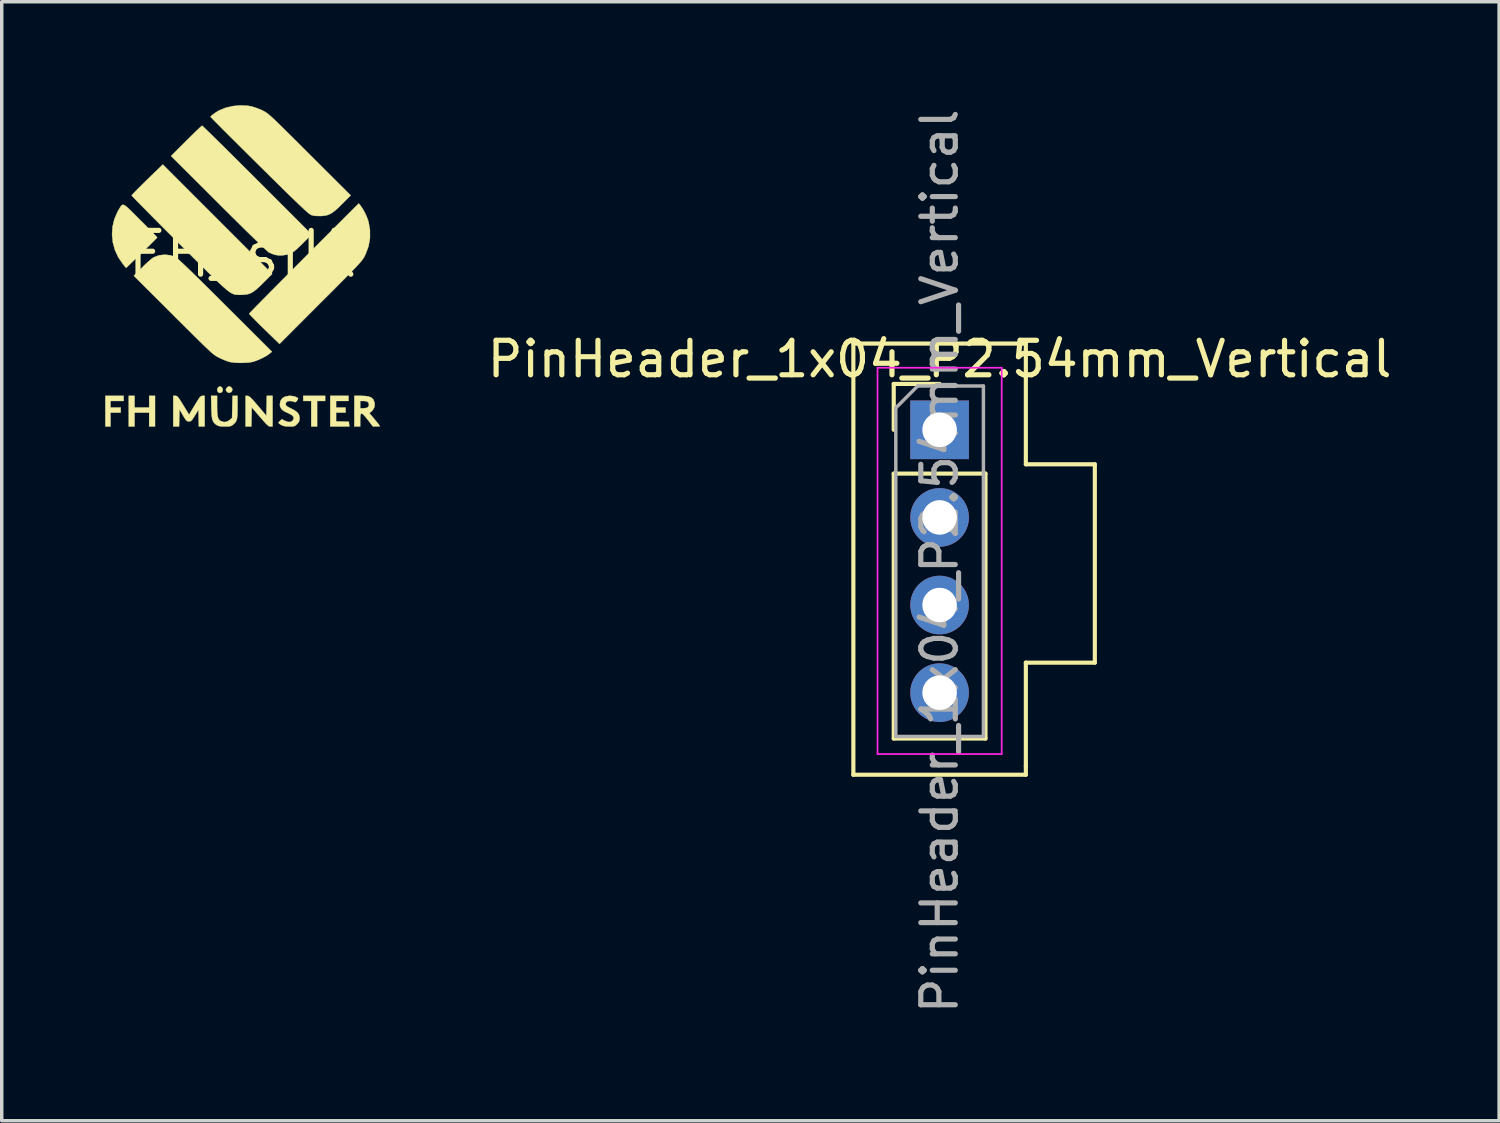
<source format=kicad_pcb>
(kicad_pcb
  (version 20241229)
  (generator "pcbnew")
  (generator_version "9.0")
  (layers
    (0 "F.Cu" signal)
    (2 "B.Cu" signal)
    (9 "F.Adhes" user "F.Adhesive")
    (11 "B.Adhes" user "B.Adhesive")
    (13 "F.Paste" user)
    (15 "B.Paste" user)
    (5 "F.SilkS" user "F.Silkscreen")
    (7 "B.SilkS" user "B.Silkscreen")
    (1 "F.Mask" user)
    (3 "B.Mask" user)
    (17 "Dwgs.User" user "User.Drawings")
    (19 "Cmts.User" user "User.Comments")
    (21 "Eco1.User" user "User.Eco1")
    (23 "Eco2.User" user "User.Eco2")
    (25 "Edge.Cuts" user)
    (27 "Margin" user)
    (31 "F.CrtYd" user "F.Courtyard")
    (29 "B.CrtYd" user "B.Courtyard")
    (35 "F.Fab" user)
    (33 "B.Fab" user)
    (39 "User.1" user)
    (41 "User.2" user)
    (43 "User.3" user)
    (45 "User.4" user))
  (footprint "PinHeader_1x04_P2.54mm_Vertical"
    (layer "F.Cu")
    (at 24.189 9.41)
    (property "Reference" "PinHeader_1x04_P2.54mm_Vertical" (at 0 -2.05 180) (layer "F.SilkS") (effects (font (size 1 1) (thickness 0.15))))
    (attr through_hole)
    (fp_line (start -2.5 -2.5) (end -2.5 10) (stroke (width 0.12) (type solid)) (layer "F.SilkS"))
    (fp_line (start -2.5 10) (end 2.5 10) (stroke (width 0.12) (type solid)) (layer "F.SilkS"))
    (fp_line (start -1.33 -1.33) (end 0 -1.33) (stroke (width 0.12) (type solid)) (layer "F.SilkS"))
    (fp_line (start -1.33 0) (end -1.33 -1.33) (stroke (width 0.12) (type solid)) (layer "F.SilkS"))
    (fp_line (start -1.33 1.27) (end -1.33 8.95) (stroke (width 0.12) (type solid)) (layer "F.SilkS"))
    (fp_line (start -1.33 1.27) (end 1.33 1.27) (stroke (width 0.12) (type solid)) (layer "F.SilkS"))
    (fp_line (start -1.33 8.95) (end 1.33 8.95) (stroke (width 0.12) (type solid)) (layer "F.SilkS"))
    (fp_line (start 1.33 1.27) (end 1.33 8.95) (stroke (width 0.12) (type solid)) (layer "F.SilkS"))
    (fp_line (start 2.5 -2.5) (end -2.5 -2.5) (stroke (width 0.12) (type solid)) (layer "F.SilkS"))
    (fp_line (start 2.5 1) (end 2.5 -2.5) (stroke (width 0.12) (type solid)) (layer "F.SilkS"))
    (fp_line (start 2.5 1) (end 4.5 1) (stroke (width 0.12) (type solid)) (layer "F.SilkS"))
    (fp_line (start 2.5 9.75) (end 2.5 6.75) (stroke (width 0.12) (type solid)) (layer "F.SilkS"))
    (fp_line (start 2.5 10) (end 2.5 9.75) (stroke (width 0.12) (type solid)) (layer "F.SilkS"))
    (fp_line (start 4.5 1) (end 4.5 6.75) (stroke (width 0.12) (type solid)) (layer "F.SilkS"))
    (fp_line (start 4.5 6.75) (end 2.5 6.75) (stroke (width 0.12) (type solid)) (layer "F.SilkS"))
    (fp_line (start -1.8 -1.8) (end -1.8 9.4) (stroke (width 0.05) (type solid)) (layer "F.CrtYd"))
    (fp_line (start -1.8 9.4) (end 1.8 9.4) (stroke (width 0.05) (type solid)) (layer "F.CrtYd"))
    (fp_line (start 1.8 -1.8) (end -1.8 -1.8) (stroke (width 0.05) (type solid)) (layer "F.CrtYd"))
    (fp_line (start 1.8 9.4) (end 1.8 -1.8) (stroke (width 0.05) (type solid)) (layer "F.CrtYd"))
    (fp_line (start -1.27 -0.635) (end -0.635 -1.27) (stroke (width 0.1) (type solid)) (layer "F.Fab"))
    (fp_line (start -1.27 8.89) (end -1.27 -0.635) (stroke (width 0.1) (type solid)) (layer "F.Fab"))
    (fp_line (start -0.635 -1.27) (end 1.27 -1.27) (stroke (width 0.1) (type solid)) (layer "F.Fab"))
    (fp_line (start 1.27 -1.27) (end 1.27 8.89) (stroke (width 0.1) (type solid)) (layer "F.Fab"))
    (fp_line (start 1.27 8.89) (end -1.27 8.89) (stroke (width 0.1) (type solid)) (layer "F.Fab"))
    (fp_text user "${REFERENCE}" (at 0 3.81 90) (layer "F.Fab") (effects (font (size 1 1) (thickness 0.15))))
    (pad "1" thru_hole rect (at 0 0) (size 1.7 1.7) (drill 1) (layers "*.Cu" "*.Mask"))
    (pad "2" thru_hole oval (at 0 2.54) (size 1.7 1.7) (drill 1) (layers "*.Cu" "*.Mask"))
    (pad "3" thru_hole oval (at 0 5.08) (size 1.7 1.7) (drill 1) (layers "*.Cu" "*.Mask"))
    (pad "4" thru_hole oval (at 0 7.62) (size 1.7 1.7) (drill 1) (layers "*.Cu" "*.Mask")))
  (footprint "FH_silk"
    (layer "F.Cu")
    (at 4.005 4.319)
    (property "Reference" "FH_silk" (at 0 0 0) (layer "F.SilkS") (effects (font (size 1.27 1.27) (thickness 0.15))))
    (attr through_hole)
    (fp_poly (pts (xy 2.371 4.255) (xy 2.138 4.255) (xy 2.138 4.995) (xy 1.968 4.995) (xy 1.968 4.255) (xy 1.736 4.255) (xy 1.736 4.106) (xy 2.371 4.106) (xy 2.371 4.255)) (stroke (width 0.01) (type solid)) (fill yes) (layer "F.SilkS"))
    (fp_poly (pts (xy -3.471 4.255) (xy -3.852 4.255) (xy -3.852 4.445) (xy -3.556 4.445) (xy -3.556 4.593) (xy -3.852 4.593) (xy -3.852 4.995) (xy -4 4.995) (xy -4 4.106) (xy -3.471 4.106) (xy -3.471 4.255)) (stroke (width 0.01) (type solid)) (fill yes) (layer "F.SilkS"))
    (fp_poly (pts (xy -3.154 4.445) (xy -2.731 4.445) (xy -2.731 4.106) (xy -2.561 4.106) (xy -2.561 4.995) (xy -2.731 4.995) (xy -2.731 4.593) (xy -3.154 4.593) (xy -3.154 4.995) (xy -3.323 4.995) (xy -3.323 4.106) (xy -3.154 4.106) (xy -3.154 4.445)) (stroke (width 0.01) (type solid)) (fill yes) (layer "F.SilkS"))
    (fp_poly (pts (xy -0.64 3.844) (xy -0.605 3.886) (xy -0.597 3.938) (xy -0.613 3.986) (xy -0.651 4.017) (xy -0.677 4.022) (xy -0.722 4.006) (xy -0.74 3.991) (xy -0.76 3.943) (xy -0.752 3.893) (xy -0.724 3.853) (xy -0.683 3.834) (xy -0.64 3.844)) (stroke (width 0.01) (type solid)) (fill yes) (layer "F.SilkS"))
    (fp_poly (pts (xy -0.366 3.848) (xy -0.327 3.89) (xy -0.318 3.926) (xy -0.334 3.976) (xy -0.358 4) (xy -0.411 4.02) (xy -0.451 4.009) (xy -0.475 3.988) (xy -0.502 3.949) (xy -0.508 3.926) (xy -0.493 3.888) (xy -0.459 3.85) (xy -0.423 3.831) (xy -0.42 3.831) (xy -0.366 3.848)) (stroke (width 0.01) (type solid)) (fill yes) (layer "F.SilkS"))
    (fp_poly (pts (xy 3.048 4.255) (xy 2.688 4.255) (xy 2.688 4.445) (xy 2.963 4.445) (xy 2.963 4.593) (xy 2.688 4.593) (xy 2.688 4.846) (xy 2.873 4.852) (xy 3.059 4.858) (xy 3.065 4.927) (xy 3.072 4.995) (xy 2.519 4.995) (xy 2.519 4.106) (xy 3.048 4.106) (xy 3.048 4.255)) (stroke (width 0.01) (type solid)) (fill yes) (layer "F.SilkS"))
    (fp_poly (pts (xy 0.847 4.995) (xy 0.784 4.995) (xy 0.757 4.992) (xy 0.728 4.977) (xy 0.692 4.948) (xy 0.644 4.9) (xy 0.578 4.828) (xy 0.492 4.728) (xy 0.482 4.718) (xy 0.243 4.44) (xy 0.232 4.995) (xy 0.064 4.995) (xy 0.064 4.106) (xy 0.122 4.108) (xy 0.148 4.113) (xy 0.179 4.132) (xy 0.219 4.167) (xy 0.274 4.224) (xy 0.347 4.307) (xy 0.423 4.396) (xy 0.667 4.684) (xy 0.673 4.395) (xy 0.679 4.106) (xy 0.847 4.106) (xy 0.847 4.995)) (stroke (width 0.01) (type solid)) (fill yes) (layer "F.SilkS"))
    (fp_poly (pts (xy -3.472 -1.43) (xy -3.431 -1.41) (xy -3.377 -1.369) (xy -3.308 -1.305) (xy -3.218 -1.218) (xy -3.104 -1.104) (xy -2.984 -0.983) (xy -2.866 -0.866) (xy -2.759 -0.757) (xy -2.666 -0.662) (xy -2.589 -0.584) (xy -2.534 -0.526) (xy -2.503 -0.492) (xy -2.498 -0.485) (xy -2.512 -0.468) (xy -2.554 -0.425) (xy -2.618 -0.36) (xy -2.702 -0.277) (xy -2.801 -0.18) (xy -2.912 -0.072) (xy -2.949 -0.037) (xy -3.4 0.399) (xy -3.489 0.289) (xy -3.624 0.093) (xy -3.722 -0.118) (xy -3.783 -0.339) (xy -3.807 -0.565) (xy -3.793 -0.792) (xy -3.741 -1.013) (xy -3.65 -1.224) (xy -3.617 -1.282) (xy -3.583 -1.339) (xy -3.556 -1.384) (xy -3.53 -1.415) (xy -3.504 -1.431) (xy -3.472 -1.43)) (stroke (width 0.01) (type solid)) (fill yes) (layer "F.SilkS"))
    (fp_poly (pts (xy -1.944 4.109) (xy -1.92 4.121) (xy -1.893 4.147) (xy -1.859 4.193) (xy -1.812 4.264) (xy -1.749 4.366) (xy -1.741 4.379) (xy -1.574 4.653) (xy -1.41 4.379) (xy -1.346 4.274) (xy -1.299 4.2) (xy -1.264 4.151) (xy -1.237 4.123) (xy -1.213 4.11) (xy -1.188 4.106) (xy -1.184 4.106) (xy -1.122 4.106) (xy -1.122 4.995) (xy -1.29 4.995) (xy -1.302 4.508) (xy -1.405 4.678) (xy -1.455 4.757) (xy -1.49 4.807) (xy -1.519 4.834) (xy -1.548 4.845) (xy -1.578 4.847) (xy -1.611 4.845) (xy -1.639 4.832) (xy -1.668 4.803) (xy -1.703 4.75) (xy -1.75 4.673) (xy -1.852 4.498) (xy -1.858 4.747) (xy -1.864 4.995) (xy -2.032 4.995) (xy -2.032 4.106) (xy -1.97 4.106) (xy -1.944 4.109)) (stroke (width 0.01) (type solid)) (fill yes) (layer "F.SilkS"))
    (fp_poly (pts (xy -0.762 4.389) (xy -0.76 4.535) (xy -0.753 4.644) (xy -0.739 4.724) (xy -0.717 4.779) (xy -0.686 4.817) (xy -0.655 4.837) (xy -0.561 4.867) (xy -0.473 4.854) (xy -0.397 4.807) (xy -0.328 4.745) (xy -0.321 4.426) (xy -0.313 4.106) (xy -0.169 4.106) (xy -0.169 4.435) (xy -0.17 4.577) (xy -0.175 4.684) (xy -0.185 4.764) (xy -0.201 4.823) (xy -0.227 4.869) (xy -0.264 4.91) (xy -0.297 4.94) (xy -0.335 4.968) (xy -0.373 4.984) (xy -0.425 4.993) (xy -0.503 4.995) (xy -0.536 4.995) (xy -0.635 4.992) (xy -0.703 4.983) (xy -0.752 4.965) (xy -0.77 4.955) (xy -0.823 4.916) (xy -0.861 4.874) (xy -0.889 4.821) (xy -0.908 4.751) (xy -0.919 4.657) (xy -0.926 4.531) (xy -0.928 4.44) (xy -0.936 4.106) (xy -0.762 4.106) (xy -0.762 4.389)) (stroke (width 0.01) (type solid)) (fill yes) (layer "F.SilkS"))
    (fp_poly (pts (xy 3.545 4.112) (xy 3.646 4.13) (xy 3.717 4.162) (xy 3.765 4.211) (xy 3.777 4.231) (xy 3.809 4.333) (xy 3.8 4.432) (xy 3.751 4.521) (xy 3.708 4.563) (xy 3.654 4.608) (xy 3.806 4.79) (xy 3.867 4.864) (xy 3.916 4.925) (xy 3.948 4.968) (xy 3.958 4.983) (xy 3.939 4.99) (xy 3.891 4.994) (xy 3.858 4.994) (xy 3.757 4.994) (xy 3.609 4.804) (xy 3.531 4.707) (xy 3.473 4.645) (xy 3.433 4.617) (xy 3.407 4.625) (xy 3.393 4.669) (xy 3.387 4.747) (xy 3.387 4.805) (xy 3.387 4.995) (xy 3.217 4.995) (xy 3.217 4.255) (xy 3.387 4.255) (xy 3.387 4.466) (xy 3.473 4.466) (xy 3.539 4.461) (xy 3.592 4.448) (xy 3.6 4.444) (xy 3.634 4.403) (xy 3.641 4.36) (xy 3.627 4.304) (xy 3.583 4.27) (xy 3.504 4.255) (xy 3.473 4.255) (xy 3.387 4.255) (xy 3.217 4.255) (xy 3.217 4.106) (xy 3.409 4.106) (xy 3.545 4.112)) (stroke (width 0.01) (type solid)) (fill yes) (layer "F.SilkS"))
    (fp_poly (pts (xy -1.178 -3.711) (xy -1.133 -3.668) (xy -1.062 -3.599) (xy -0.966 -3.506) (xy -0.849 -3.391) (xy -0.712 -3.256) (xy -0.556 -3.103) (xy -0.385 -2.933) (xy -0.2 -2.749) (xy -0.003 -2.552) (xy 0.205 -2.346) (xy 0.402 -2.149) (xy 1.979 -0.572) (xy 1.726 -0.318) (xy 1.613 -0.208) (xy 1.522 -0.125) (xy 1.449 -0.067) (xy 1.388 -0.029) (xy 1.366 -0.019) (xy 1.256 0.015) (xy 1.131 0.033) (xy 1.008 0.033) (xy 0.904 0.015) (xy 0.9 0.014) (xy 0.823 -0.015) (xy 0.749 -0.048) (xy 0.741 -0.052) (xy 0.715 -0.072) (xy 0.662 -0.12) (xy 0.583 -0.193) (xy 0.482 -0.291) (xy 0.359 -0.409) (xy 0.217 -0.547) (xy 0.059 -0.701) (xy -0.113 -0.871) (xy -0.297 -1.053) (xy -0.491 -1.245) (xy -0.693 -1.446) (xy -0.714 -1.468) (xy -2.096 -2.847) (xy -1.656 -3.286) (xy -1.544 -3.397) (xy -1.441 -3.499) (xy -1.351 -3.586) (xy -1.278 -3.655) (xy -1.226 -3.702) (xy -1.199 -3.724) (xy -1.196 -3.725) (xy -1.178 -3.711)) (stroke (width 0.01) (type solid)) (fill yes) (layer "F.SilkS"))
    (fp_poly (pts (xy 0.836 0.571) (xy 0.592 0.816) (xy 0.473 0.934) (xy 0.374 1.022) (xy 0.289 1.087) (xy 0.211 1.131) (xy 0.132 1.158) (xy 0.047 1.172) (xy -0.032 1.178) (xy -0.119 1.179) (xy -0.197 1.175) (xy -0.249 1.168) (xy -0.254 1.167) (xy -0.288 1.155) (xy -0.322 1.141) (xy -0.357 1.122) (xy -0.396 1.098) (xy -0.441 1.065) (xy -0.494 1.023) (xy -0.556 0.969) (xy -0.631 0.902) (xy -0.719 0.82) (xy -0.824 0.72) (xy -0.946 0.601) (xy -1.088 0.461) (xy -1.252 0.299) (xy -1.441 0.112) (xy -1.655 -0.102) (xy -1.868 -0.314) (xy -2.068 -0.514) (xy -2.259 -0.705) (xy -2.439 -0.886) (xy -2.607 -1.055) (xy -2.759 -1.209) (xy -2.894 -1.346) (xy -3.01 -1.464) (xy -3.104 -1.56) (xy -3.175 -1.634) (xy -3.221 -1.682) (xy -3.238 -1.703) (xy -3.238 -1.704) (xy -3.224 -1.723) (xy -3.182 -1.768) (xy -3.118 -1.835) (xy -3.034 -1.92) (xy -2.935 -2.018) (xy -2.824 -2.127) (xy -2.787 -2.163) (xy -2.335 -2.6) (xy 0.836 0.571)) (stroke (width 0.01) (type solid)) (fill yes) (layer "F.SilkS"))
    (fp_poly (pts (xy 3.397 -1.408) (xy 3.459 -1.318) (xy 3.522 -1.204) (xy 3.579 -1.081) (xy 3.62 -0.967) (xy 3.628 -0.941) (xy 3.67 -0.699) (xy 3.67 -0.462) (xy 3.629 -0.23) (xy 3.545 -0.004) (xy 3.533 0.021) (xy 3.517 0.054) (xy 3.5 0.085) (xy 3.481 0.117) (xy 3.458 0.15) (xy 3.429 0.189) (xy 3.391 0.234) (xy 3.343 0.289) (xy 3.282 0.354) (xy 3.206 0.434) (xy 3.114 0.529) (xy 3.003 0.642) (xy 2.871 0.775) (xy 2.716 0.931) (xy 2.536 1.112) (xy 2.329 1.319) (xy 2.246 1.401) (xy 1.048 2.601) (xy 0.608 2.174) (xy 0.495 2.064) (xy 0.394 1.963) (xy 0.307 1.875) (xy 0.238 1.804) (xy 0.191 1.753) (xy 0.169 1.727) (xy 0.169 1.725) (xy 0.183 1.707) (xy 0.226 1.662) (xy 0.295 1.591) (xy 0.388 1.495) (xy 0.503 1.378) (xy 0.639 1.241) (xy 0.792 1.085) (xy 0.962 0.914) (xy 1.147 0.728) (xy 1.343 0.531) (xy 1.551 0.323) (xy 1.757 0.116) (xy 3.345 -1.471) (xy 3.397 -1.408)) (stroke (width 0.01) (type solid)) (fill yes) (layer "F.SilkS"))
    (fp_poly (pts (xy -2.107 0.034) (xy -1.965 0.086) (xy -1.933 0.108) (xy -1.876 0.157) (xy -1.793 0.233) (xy -1.684 0.336) (xy -1.548 0.467) (xy -1.384 0.626) (xy -1.193 0.813) (xy -0.974 1.03) (xy -0.726 1.276) (xy -0.523 1.479) (xy 0.828 2.826) (xy 0.758 2.885) (xy 0.679 2.941) (xy 0.573 3) (xy 0.454 3.055) (xy 0.336 3.101) (xy 0.265 3.122) (xy 0.162 3.14) (xy 0.032 3.149) (xy -0.109 3.151) (xy -0.246 3.145) (xy -0.363 3.13) (xy -0.398 3.123) (xy -0.469 3.101) (xy -0.562 3.065) (xy -0.659 3.022) (xy -0.695 3.005) (xy -0.729 2.988) (xy -0.761 2.971) (xy -0.793 2.952) (xy -0.828 2.929) (xy -0.867 2.899) (xy -0.913 2.861) (xy -0.968 2.812) (xy -1.034 2.75) (xy -1.115 2.674) (xy -1.211 2.58) (xy -1.326 2.468) (xy -1.461 2.334) (xy -1.619 2.177) (xy -1.803 1.994) (xy -2.014 1.784) (xy -2.027 1.77) (xy -3.175 0.626) (xy -2.929 0.379) (xy -2.84 0.291) (xy -2.752 0.212) (xy -2.676 0.146) (xy -2.616 0.101) (xy -2.594 0.087) (xy -2.437 0.031) (xy -2.271 0.014) (xy -2.107 0.034)) (stroke (width 0.01) (type solid)) (fill yes) (layer "F.SilkS"))
    (fp_poly (pts (xy 1.43 4.113) (xy 1.502 4.131) (xy 1.558 4.155) (xy 1.586 4.182) (xy 1.587 4.189) (xy 1.575 4.217) (xy 1.549 4.255) (xy 1.515 4.287) (xy 1.483 4.287) (xy 1.466 4.278) (xy 1.407 4.26) (xy 1.338 4.256) (xy 1.279 4.265) (xy 1.253 4.28) (xy 1.232 4.321) (xy 1.228 4.352) (xy 1.235 4.38) (xy 1.263 4.408) (xy 1.319 4.441) (xy 1.383 4.473) (xy 1.493 4.532) (xy 1.567 4.589) (xy 1.61 4.65) (xy 1.628 4.723) (xy 1.63 4.757) (xy 1.624 4.824) (xy 1.601 4.874) (xy 1.558 4.923) (xy 1.518 4.961) (xy 1.483 4.982) (xy 1.438 4.992) (xy 1.371 4.995) (xy 1.33 4.995) (xy 1.233 4.991) (xy 1.162 4.978) (xy 1.102 4.952) (xy 1.095 4.948) (xy 1.047 4.917) (xy 1.019 4.894) (xy 1.016 4.889) (xy 1.03 4.867) (xy 1.063 4.831) (xy 1.065 4.83) (xy 1.114 4.784) (xy 1.196 4.826) (xy 1.292 4.862) (xy 1.37 4.862) (xy 1.425 4.83) (xy 1.46 4.771) (xy 1.454 4.716) (xy 1.406 4.665) (xy 1.317 4.616) (xy 1.283 4.602) (xy 1.173 4.548) (xy 1.102 4.487) (xy 1.065 4.414) (xy 1.058 4.357) (xy 1.075 4.255) (xy 1.126 4.179) (xy 1.208 4.129) (xy 1.321 4.107) (xy 1.355 4.106) (xy 1.43 4.113)) (stroke (width 0.01) (type solid)) (fill yes) (layer "F.SilkS"))
    (fp_poly (pts (xy 0.125 -4.303) (xy 0.212 -4.289) (xy 0.307 -4.263) (xy 0.419 -4.224) (xy 0.527 -4.179) (xy 0.55 -4.168) (xy 0.584 -4.151) (xy 0.615 -4.135) (xy 0.646 -4.116) (xy 0.68 -4.093) (xy 0.719 -4.063) (xy 0.764 -4.025) (xy 0.819 -3.977) (xy 0.885 -3.916) (xy 0.964 -3.84) (xy 1.06 -3.747) (xy 1.173 -3.636) (xy 1.307 -3.503) (xy 1.464 -3.348) (xy 1.646 -3.167) (xy 1.854 -2.959) (xy 1.921 -2.892) (xy 3.112 -1.705) (xy 2.875 -1.468) (xy 2.756 -1.351) (xy 2.656 -1.262) (xy 2.57 -1.198) (xy 2.491 -1.154) (xy 2.412 -1.127) (xy 2.325 -1.113) (xy 2.244 -1.107) (xy 2.114 -1.109) (xy 2.015 -1.122) (xy 1.969 -1.136) (xy 1.949 -1.146) (xy 1.921 -1.165) (xy 1.885 -1.193) (xy 1.837 -1.233) (xy 1.776 -1.287) (xy 1.702 -1.357) (xy 1.61 -1.443) (xy 1.501 -1.548) (xy 1.372 -1.673) (xy 1.221 -1.82) (xy 1.047 -1.991) (xy 0.848 -2.187) (xy 0.622 -2.411) (xy 0.461 -2.569) (xy 0.258 -2.771) (xy 0.063 -2.964) (xy -0.121 -3.147) (xy -0.292 -3.317) (xy -0.448 -3.472) (xy -0.587 -3.611) (xy -0.706 -3.731) (xy -0.805 -3.831) (xy -0.88 -3.907) (xy -0.929 -3.958) (xy -0.952 -3.982) (xy -0.953 -3.984) (xy -0.936 -4.006) (xy -0.893 -4.042) (xy -0.833 -4.086) (xy -0.767 -4.13) (xy -0.704 -4.167) (xy -0.698 -4.17) (xy -0.51 -4.246) (xy -0.302 -4.294) (xy -0.086 -4.314) (xy 0.125 -4.303)) (stroke (width 0.01) (type solid)) (fill yes) (layer "F.SilkS")))
  (gr_rect
    (start -3 -3)
    (end 40.409 29.44)
    (stroke (width 0.1) (type default))
    (fill no)
    (layer "Edge.Cuts")))
</source>
